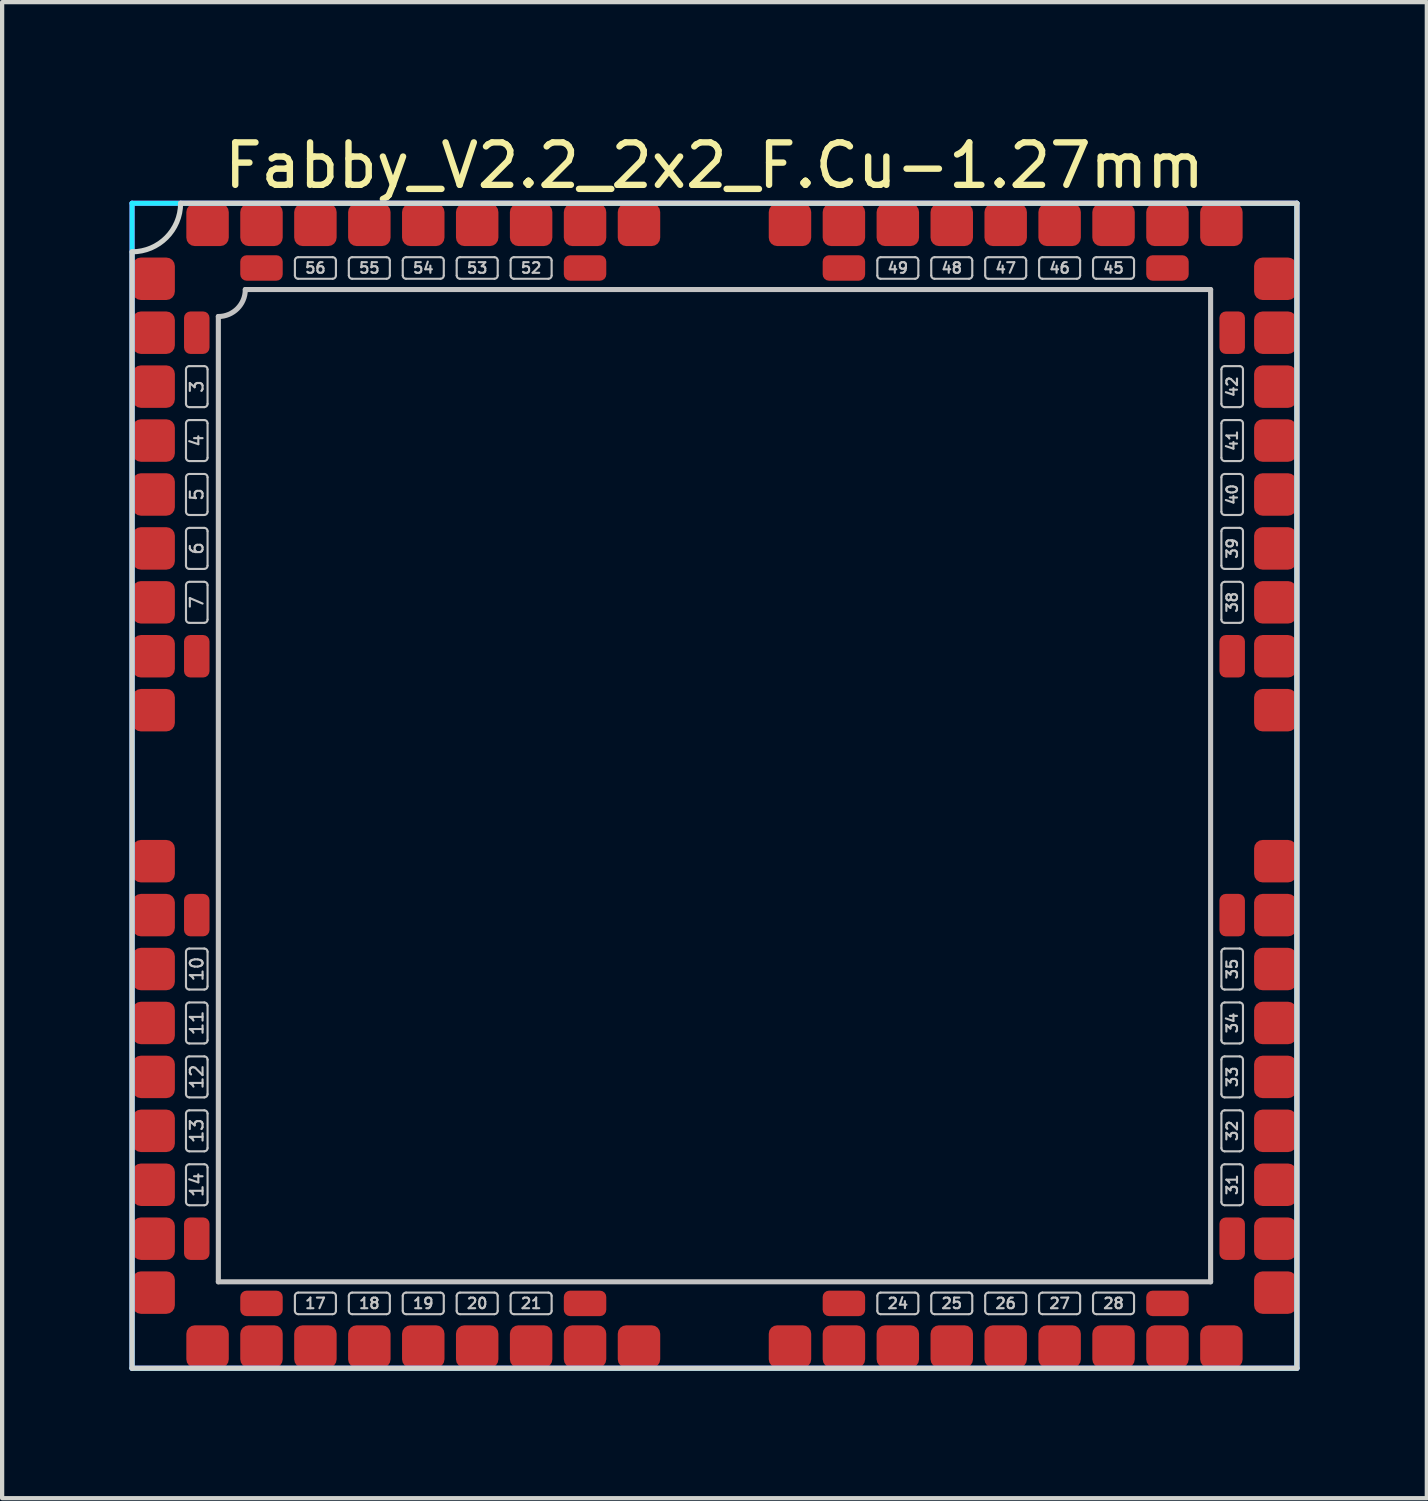
<source format=kicad_pcb>
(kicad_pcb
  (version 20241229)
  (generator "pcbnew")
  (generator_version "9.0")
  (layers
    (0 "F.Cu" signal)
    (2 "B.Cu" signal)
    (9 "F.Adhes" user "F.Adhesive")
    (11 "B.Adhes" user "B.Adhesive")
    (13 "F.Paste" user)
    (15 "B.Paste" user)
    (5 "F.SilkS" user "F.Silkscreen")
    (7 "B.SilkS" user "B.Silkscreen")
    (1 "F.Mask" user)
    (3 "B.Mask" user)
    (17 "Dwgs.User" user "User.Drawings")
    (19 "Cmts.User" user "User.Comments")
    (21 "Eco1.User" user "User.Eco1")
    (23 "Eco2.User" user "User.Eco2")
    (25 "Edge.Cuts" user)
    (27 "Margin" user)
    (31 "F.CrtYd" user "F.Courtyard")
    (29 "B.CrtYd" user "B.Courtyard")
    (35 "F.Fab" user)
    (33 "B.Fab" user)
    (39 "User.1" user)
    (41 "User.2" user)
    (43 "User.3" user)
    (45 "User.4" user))
  (footprint "Fabby_V2.2_2x2_F.Cu-1.27mm"
    (layer "F.Cu")
    (at 13.776 15.453)
    (property "Reference" "Fabby_V2.2_2x2_F.Cu-1.27mm" (at 0 -14.605 0) (layer "F.SilkS") (effects (font (size 1 1) (thickness 0.15))))
    (attr through_hole)
    (fp_line (start -12.446 -8.992) (end -12.446 -9.804) (stroke (width 0.05) (type solid)) (layer "Dwgs.User"))
    (fp_line (start -12.446 -7.722) (end -12.446 -8.534) (stroke (width 0.05) (type solid)) (layer "Dwgs.User"))
    (fp_line (start -12.446 -6.452) (end -12.446 -7.264) (stroke (width 0.05) (type solid)) (layer "Dwgs.User"))
    (fp_line (start -12.446 -5.182) (end -12.446 -5.994) (stroke (width 0.05) (type solid)) (layer "Dwgs.User"))
    (fp_line (start -12.446 -3.912) (end -12.446 -4.724) (stroke (width 0.05) (type solid)) (layer "Dwgs.User"))
    (fp_line (start -12.446 4.724) (end -12.446 3.912) (stroke (width 0.05) (type solid)) (layer "Dwgs.User"))
    (fp_line (start -12.446 5.994) (end -12.446 5.182) (stroke (width 0.05) (type solid)) (layer "Dwgs.User"))
    (fp_line (start -12.446 7.264) (end -12.446 6.452) (stroke (width 0.05) (type solid)) (layer "Dwgs.User"))
    (fp_line (start -12.446 8.534) (end -12.446 7.722) (stroke (width 0.05) (type solid)) (layer "Dwgs.User"))
    (fp_line (start -12.446 9.804) (end -12.446 8.992) (stroke (width 0.05) (type solid)) (layer "Dwgs.User"))
    (fp_line (start -12.37 -9.881) (end -12.014 -9.881) (stroke (width 0.05) (type solid)) (layer "Dwgs.User"))
    (fp_line (start -12.37 -8.915) (end -12.014 -8.915) (stroke (width 0.05) (type solid)) (layer "Dwgs.User"))
    (fp_line (start -12.37 -8.611) (end -12.014 -8.611) (stroke (width 0.05) (type solid)) (layer "Dwgs.User"))
    (fp_line (start -12.37 -7.645) (end -12.014 -7.645) (stroke (width 0.05) (type solid)) (layer "Dwgs.User"))
    (fp_line (start -12.37 -7.341) (end -12.014 -7.341) (stroke (width 0.05) (type solid)) (layer "Dwgs.User"))
    (fp_line (start -12.37 -6.375) (end -12.014 -6.375) (stroke (width 0.05) (type solid)) (layer "Dwgs.User"))
    (fp_line (start -12.37 -6.071) (end -12.014 -6.071) (stroke (width 0.05) (type solid)) (layer "Dwgs.User"))
    (fp_line (start -12.37 -5.105) (end -12.014 -5.105) (stroke (width 0.05) (type solid)) (layer "Dwgs.User"))
    (fp_line (start -12.37 -4.801) (end -12.014 -4.801) (stroke (width 0.05) (type solid)) (layer "Dwgs.User"))
    (fp_line (start -12.37 -3.835) (end -12.014 -3.835) (stroke (width 0.05) (type solid)) (layer "Dwgs.User"))
    (fp_line (start -12.37 3.835) (end -12.014 3.835) (stroke (width 0.05) (type solid)) (layer "Dwgs.User"))
    (fp_line (start -12.37 4.801) (end -12.014 4.801) (stroke (width 0.05) (type solid)) (layer "Dwgs.User"))
    (fp_line (start -12.37 5.105) (end -12.014 5.105) (stroke (width 0.05) (type solid)) (layer "Dwgs.User"))
    (fp_line (start -12.37 6.071) (end -12.014 6.071) (stroke (width 0.05) (type solid)) (layer "Dwgs.User"))
    (fp_line (start -12.37 6.375) (end -12.014 6.375) (stroke (width 0.05) (type solid)) (layer "Dwgs.User"))
    (fp_line (start -12.37 7.341) (end -12.014 7.341) (stroke (width 0.05) (type solid)) (layer "Dwgs.User"))
    (fp_line (start -12.37 7.645) (end -12.014 7.645) (stroke (width 0.05) (type solid)) (layer "Dwgs.User"))
    (fp_line (start -12.37 8.611) (end -12.014 8.611) (stroke (width 0.05) (type solid)) (layer "Dwgs.User"))
    (fp_line (start -12.37 8.915) (end -12.014 8.915) (stroke (width 0.05) (type solid)) (layer "Dwgs.User"))
    (fp_line (start -12.37 9.881) (end -12.014 9.881) (stroke (width 0.05) (type solid)) (layer "Dwgs.User"))
    (fp_line (start -11.938 -8.992) (end -11.938 -9.804) (stroke (width 0.05) (type solid)) (layer "Dwgs.User"))
    (fp_line (start -11.938 -7.722) (end -11.938 -8.534) (stroke (width 0.05) (type solid)) (layer "Dwgs.User"))
    (fp_line (start -11.938 -6.452) (end -11.938 -7.264) (stroke (width 0.05) (type solid)) (layer "Dwgs.User"))
    (fp_line (start -11.938 -5.182) (end -11.938 -5.994) (stroke (width 0.05) (type solid)) (layer "Dwgs.User"))
    (fp_line (start -11.938 -3.912) (end -11.938 -4.724) (stroke (width 0.05) (type solid)) (layer "Dwgs.User"))
    (fp_line (start -11.938 4.724) (end -11.938 3.912) (stroke (width 0.05) (type solid)) (layer "Dwgs.User"))
    (fp_line (start -11.938 5.994) (end -11.938 5.182) (stroke (width 0.05) (type solid)) (layer "Dwgs.User"))
    (fp_line (start -11.938 7.264) (end -11.938 6.452) (stroke (width 0.05) (type solid)) (layer "Dwgs.User"))
    (fp_line (start -11.938 8.534) (end -11.938 7.722) (stroke (width 0.05) (type solid)) (layer "Dwgs.User"))
    (fp_line (start -11.938 9.804) (end -11.938 8.992) (stroke (width 0.05) (type solid)) (layer "Dwgs.User"))
    (fp_line (start -11.684 11.684) (end -11.684 -11.049) (stroke (width 0.12) (type solid)) (layer "Dwgs.User"))
    (fp_line (start -11.049 -11.684) (end 11.684 -11.684) (stroke (width 0.12) (type solid)) (layer "Dwgs.User"))
    (fp_line (start -9.881 -12.014) (end -9.881 -12.37) (stroke (width 0.05) (type solid)) (layer "Dwgs.User"))
    (fp_line (start -9.881 12.37) (end -9.881 12.014) (stroke (width 0.05) (type solid)) (layer "Dwgs.User"))
    (fp_line (start -8.992 -12.446) (end -9.804 -12.446) (stroke (width 0.05) (type solid)) (layer "Dwgs.User"))
    (fp_line (start -8.992 -11.938) (end -9.804 -11.938) (stroke (width 0.05) (type solid)) (layer "Dwgs.User"))
    (fp_line (start -8.992 11.938) (end -9.804 11.938) (stroke (width 0.05) (type solid)) (layer "Dwgs.User"))
    (fp_line (start -8.992 12.446) (end -9.804 12.446) (stroke (width 0.05) (type solid)) (layer "Dwgs.User"))
    (fp_line (start -8.915 -12.014) (end -8.915 -12.37) (stroke (width 0.05) (type solid)) (layer "Dwgs.User"))
    (fp_line (start -8.915 12.37) (end -8.915 12.014) (stroke (width 0.05) (type solid)) (layer "Dwgs.User"))
    (fp_line (start -8.611 -12.014) (end -8.611 -12.37) (stroke (width 0.05) (type solid)) (layer "Dwgs.User"))
    (fp_line (start -8.611 12.37) (end -8.611 12.014) (stroke (width 0.05) (type solid)) (layer "Dwgs.User"))
    (fp_line (start -7.722 -12.446) (end -8.534 -12.446) (stroke (width 0.05) (type solid)) (layer "Dwgs.User"))
    (fp_line (start -7.722 -11.938) (end -8.534 -11.938) (stroke (width 0.05) (type solid)) (layer "Dwgs.User"))
    (fp_line (start -7.722 11.938) (end -8.534 11.938) (stroke (width 0.05) (type solid)) (layer "Dwgs.User"))
    (fp_line (start -7.722 12.446) (end -8.534 12.446) (stroke (width 0.05) (type solid)) (layer "Dwgs.User"))
    (fp_line (start -7.645 -12.014) (end -7.645 -12.37) (stroke (width 0.05) (type solid)) (layer "Dwgs.User"))
    (fp_line (start -7.645 12.37) (end -7.645 12.014) (stroke (width 0.05) (type solid)) (layer "Dwgs.User"))
    (fp_line (start -7.341 -12.014) (end -7.341 -12.37) (stroke (width 0.05) (type solid)) (layer "Dwgs.User"))
    (fp_line (start -7.341 12.37) (end -7.341 12.014) (stroke (width 0.05) (type solid)) (layer "Dwgs.User"))
    (fp_line (start -6.452 -12.446) (end -7.264 -12.446) (stroke (width 0.05) (type solid)) (layer "Dwgs.User"))
    (fp_line (start -6.452 -11.938) (end -7.264 -11.938) (stroke (width 0.05) (type solid)) (layer "Dwgs.User"))
    (fp_line (start -6.452 11.938) (end -7.264 11.938) (stroke (width 0.05) (type solid)) (layer "Dwgs.User"))
    (fp_line (start -6.452 12.446) (end -7.264 12.446) (stroke (width 0.05) (type solid)) (layer "Dwgs.User"))
    (fp_line (start -6.375 -12.014) (end -6.375 -12.37) (stroke (width 0.05) (type solid)) (layer "Dwgs.User"))
    (fp_line (start -6.375 12.37) (end -6.375 12.014) (stroke (width 0.05) (type solid)) (layer "Dwgs.User"))
    (fp_line (start -6.071 -12.014) (end -6.071 -12.37) (stroke (width 0.05) (type solid)) (layer "Dwgs.User"))
    (fp_line (start -6.071 12.37) (end -6.071 12.014) (stroke (width 0.05) (type solid)) (layer "Dwgs.User"))
    (fp_line (start -5.182 -12.446) (end -5.994 -12.446) (stroke (width 0.05) (type solid)) (layer "Dwgs.User"))
    (fp_line (start -5.182 -11.938) (end -5.994 -11.938) (stroke (width 0.05) (type solid)) (layer "Dwgs.User"))
    (fp_line (start -5.182 11.938) (end -5.994 11.938) (stroke (width 0.05) (type solid)) (layer "Dwgs.User"))
    (fp_line (start -5.182 12.446) (end -5.994 12.446) (stroke (width 0.05) (type solid)) (layer "Dwgs.User"))
    (fp_line (start -5.105 -12.014) (end -5.105 -12.37) (stroke (width 0.05) (type solid)) (layer "Dwgs.User"))
    (fp_line (start -5.105 12.37) (end -5.105 12.014) (stroke (width 0.05) (type solid)) (layer "Dwgs.User"))
    (fp_line (start -4.801 -12.014) (end -4.801 -12.37) (stroke (width 0.05) (type solid)) (layer "Dwgs.User"))
    (fp_line (start -4.801 12.37) (end -4.801 12.014) (stroke (width 0.05) (type solid)) (layer "Dwgs.User"))
    (fp_line (start -3.912 -12.446) (end -4.724 -12.446) (stroke (width 0.05) (type solid)) (layer "Dwgs.User"))
    (fp_line (start -3.912 -11.938) (end -4.724 -11.938) (stroke (width 0.05) (type solid)) (layer "Dwgs.User"))
    (fp_line (start -3.912 11.938) (end -4.724 11.938) (stroke (width 0.05) (type solid)) (layer "Dwgs.User"))
    (fp_line (start -3.912 12.446) (end -4.724 12.446) (stroke (width 0.05) (type solid)) (layer "Dwgs.User"))
    (fp_line (start -3.835 -12.014) (end -3.835 -12.37) (stroke (width 0.05) (type solid)) (layer "Dwgs.User"))
    (fp_line (start -3.835 12.37) (end -3.835 12.014) (stroke (width 0.05) (type solid)) (layer "Dwgs.User"))
    (fp_line (start 3.835 -12.014) (end 3.835 -12.37) (stroke (width 0.05) (type solid)) (layer "Dwgs.User"))
    (fp_line (start 3.835 12.37) (end 3.835 12.014) (stroke (width 0.05) (type solid)) (layer "Dwgs.User"))
    (fp_line (start 4.724 -12.446) (end 3.912 -12.446) (stroke (width 0.05) (type solid)) (layer "Dwgs.User"))
    (fp_line (start 4.724 -11.938) (end 3.912 -11.938) (stroke (width 0.05) (type solid)) (layer "Dwgs.User"))
    (fp_line (start 4.724 11.938) (end 3.912 11.938) (stroke (width 0.05) (type solid)) (layer "Dwgs.User"))
    (fp_line (start 4.724 12.446) (end 3.912 12.446) (stroke (width 0.05) (type solid)) (layer "Dwgs.User"))
    (fp_line (start 4.801 -12.014) (end 4.801 -12.37) (stroke (width 0.05) (type solid)) (layer "Dwgs.User"))
    (fp_line (start 4.801 12.37) (end 4.801 12.014) (stroke (width 0.05) (type solid)) (layer "Dwgs.User"))
    (fp_line (start 5.105 -12.014) (end 5.105 -12.37) (stroke (width 0.05) (type solid)) (layer "Dwgs.User"))
    (fp_line (start 5.105 12.37) (end 5.105 12.014) (stroke (width 0.05) (type solid)) (layer "Dwgs.User"))
    (fp_line (start 5.994 -12.446) (end 5.182 -12.446) (stroke (width 0.05) (type solid)) (layer "Dwgs.User"))
    (fp_line (start 5.994 -11.938) (end 5.182 -11.938) (stroke (width 0.05) (type solid)) (layer "Dwgs.User"))
    (fp_line (start 5.994 11.938) (end 5.182 11.938) (stroke (width 0.05) (type solid)) (layer "Dwgs.User"))
    (fp_line (start 5.994 12.446) (end 5.182 12.446) (stroke (width 0.05) (type solid)) (layer "Dwgs.User"))
    (fp_line (start 6.071 -12.014) (end 6.071 -12.37) (stroke (width 0.05) (type solid)) (layer "Dwgs.User"))
    (fp_line (start 6.071 12.37) (end 6.071 12.014) (stroke (width 0.05) (type solid)) (layer "Dwgs.User"))
    (fp_line (start 6.375 -12.014) (end 6.375 -12.37) (stroke (width 0.05) (type solid)) (layer "Dwgs.User"))
    (fp_line (start 6.375 12.37) (end 6.375 12.014) (stroke (width 0.05) (type solid)) (layer "Dwgs.User"))
    (fp_line (start 7.264 -12.446) (end 6.452 -12.446) (stroke (width 0.05) (type solid)) (layer "Dwgs.User"))
    (fp_line (start 7.264 -11.938) (end 6.452 -11.938) (stroke (width 0.05) (type solid)) (layer "Dwgs.User"))
    (fp_line (start 7.264 11.938) (end 6.452 11.938) (stroke (width 0.05) (type solid)) (layer "Dwgs.User"))
    (fp_line (start 7.264 12.446) (end 6.452 12.446) (stroke (width 0.05) (type solid)) (layer "Dwgs.User"))
    (fp_line (start 7.341 -12.014) (end 7.341 -12.37) (stroke (width 0.05) (type solid)) (layer "Dwgs.User"))
    (fp_line (start 7.341 12.37) (end 7.341 12.014) (stroke (width 0.05) (type solid)) (layer "Dwgs.User"))
    (fp_line (start 7.645 -12.014) (end 7.645 -12.37) (stroke (width 0.05) (type solid)) (layer "Dwgs.User"))
    (fp_line (start 7.645 12.37) (end 7.645 12.014) (stroke (width 0.05) (type solid)) (layer "Dwgs.User"))
    (fp_line (start 8.534 -12.446) (end 7.722 -12.446) (stroke (width 0.05) (type solid)) (layer "Dwgs.User"))
    (fp_line (start 8.534 -11.938) (end 7.722 -11.938) (stroke (width 0.05) (type solid)) (layer "Dwgs.User"))
    (fp_line (start 8.534 11.938) (end 7.722 11.938) (stroke (width 0.05) (type solid)) (layer "Dwgs.User"))
    (fp_line (start 8.534 12.446) (end 7.722 12.446) (stroke (width 0.05) (type solid)) (layer "Dwgs.User"))
    (fp_line (start 8.611 -12.014) (end 8.611 -12.37) (stroke (width 0.05) (type solid)) (layer "Dwgs.User"))
    (fp_line (start 8.611 12.37) (end 8.611 12.014) (stroke (width 0.05) (type solid)) (layer "Dwgs.User"))
    (fp_line (start 8.915 -12.014) (end 8.915 -12.37) (stroke (width 0.05) (type solid)) (layer "Dwgs.User"))
    (fp_line (start 8.915 12.37) (end 8.915 12.014) (stroke (width 0.05) (type solid)) (layer "Dwgs.User"))
    (fp_line (start 9.804 -12.446) (end 8.992 -12.446) (stroke (width 0.05) (type solid)) (layer "Dwgs.User"))
    (fp_line (start 9.804 -11.938) (end 8.992 -11.938) (stroke (width 0.05) (type solid)) (layer "Dwgs.User"))
    (fp_line (start 9.804 11.938) (end 8.992 11.938) (stroke (width 0.05) (type solid)) (layer "Dwgs.User"))
    (fp_line (start 9.804 12.446) (end 8.992 12.446) (stroke (width 0.05) (type solid)) (layer "Dwgs.User"))
    (fp_line (start 9.881 -12.014) (end 9.881 -12.37) (stroke (width 0.05) (type solid)) (layer "Dwgs.User"))
    (fp_line (start 9.881 12.37) (end 9.881 12.014) (stroke (width 0.05) (type solid)) (layer "Dwgs.User"))
    (fp_line (start 11.684 -11.684) (end 11.684 11.684) (stroke (width 0.12) (type solid)) (layer "Dwgs.User"))
    (fp_line (start 11.684 11.684) (end -11.684 11.684) (stroke (width 0.12) (type solid)) (layer "Dwgs.User"))
    (fp_line (start 11.938 -8.992) (end 11.938 -9.804) (stroke (width 0.05) (type solid)) (layer "Dwgs.User"))
    (fp_line (start 11.938 -7.722) (end 11.938 -8.534) (stroke (width 0.05) (type solid)) (layer "Dwgs.User"))
    (fp_line (start 11.938 -6.452) (end 11.938 -7.264) (stroke (width 0.05) (type solid)) (layer "Dwgs.User"))
    (fp_line (start 11.938 -5.182) (end 11.938 -5.994) (stroke (width 0.05) (type solid)) (layer "Dwgs.User"))
    (fp_line (start 11.938 -3.912) (end 11.938 -4.724) (stroke (width 0.05) (type solid)) (layer "Dwgs.User"))
    (fp_line (start 11.938 4.724) (end 11.938 3.912) (stroke (width 0.05) (type solid)) (layer "Dwgs.User"))
    (fp_line (start 11.938 5.994) (end 11.938 5.182) (stroke (width 0.05) (type solid)) (layer "Dwgs.User"))
    (fp_line (start 11.938 7.264) (end 11.938 6.452) (stroke (width 0.05) (type solid)) (layer "Dwgs.User"))
    (fp_line (start 11.938 8.534) (end 11.938 7.722) (stroke (width 0.05) (type solid)) (layer "Dwgs.User"))
    (fp_line (start 11.938 9.804) (end 11.938 8.992) (stroke (width 0.05) (type solid)) (layer "Dwgs.User"))
    (fp_line (start 12.014 -9.881) (end 12.37 -9.881) (stroke (width 0.05) (type solid)) (layer "Dwgs.User"))
    (fp_line (start 12.014 -8.915) (end 12.37 -8.915) (stroke (width 0.05) (type solid)) (layer "Dwgs.User"))
    (fp_line (start 12.014 -8.611) (end 12.37 -8.611) (stroke (width 0.05) (type solid)) (layer "Dwgs.User"))
    (fp_line (start 12.014 -7.645) (end 12.37 -7.645) (stroke (width 0.05) (type solid)) (layer "Dwgs.User"))
    (fp_line (start 12.014 -7.341) (end 12.37 -7.341) (stroke (width 0.05) (type solid)) (layer "Dwgs.User"))
    (fp_line (start 12.014 -6.375) (end 12.37 -6.375) (stroke (width 0.05) (type solid)) (layer "Dwgs.User"))
    (fp_line (start 12.014 -6.071) (end 12.37 -6.071) (stroke (width 0.05) (type solid)) (layer "Dwgs.User"))
    (fp_line (start 12.014 -5.105) (end 12.37 -5.105) (stroke (width 0.05) (type solid)) (layer "Dwgs.User"))
    (fp_line (start 12.014 -4.801) (end 12.37 -4.801) (stroke (width 0.05) (type solid)) (layer "Dwgs.User"))
    (fp_line (start 12.014 -3.835) (end 12.37 -3.835) (stroke (width 0.05) (type solid)) (layer "Dwgs.User"))
    (fp_line (start 12.014 3.835) (end 12.37 3.835) (stroke (width 0.05) (type solid)) (layer "Dwgs.User"))
    (fp_line (start 12.014 4.801) (end 12.37 4.801) (stroke (width 0.05) (type solid)) (layer "Dwgs.User"))
    (fp_line (start 12.014 5.105) (end 12.37 5.105) (stroke (width 0.05) (type solid)) (layer "Dwgs.User"))
    (fp_line (start 12.014 6.071) (end 12.37 6.071) (stroke (width 0.05) (type solid)) (layer "Dwgs.User"))
    (fp_line (start 12.014 6.375) (end 12.37 6.375) (stroke (width 0.05) (type solid)) (layer "Dwgs.User"))
    (fp_line (start 12.014 7.341) (end 12.37 7.341) (stroke (width 0.05) (type solid)) (layer "Dwgs.User"))
    (fp_line (start 12.014 7.645) (end 12.37 7.645) (stroke (width 0.05) (type solid)) (layer "Dwgs.User"))
    (fp_line (start 12.014 8.611) (end 12.37 8.611) (stroke (width 0.05) (type solid)) (layer "Dwgs.User"))
    (fp_line (start 12.014 8.915) (end 12.37 8.915) (stroke (width 0.05) (type solid)) (layer "Dwgs.User"))
    (fp_line (start 12.014 9.881) (end 12.37 9.881) (stroke (width 0.05) (type solid)) (layer "Dwgs.User"))
    (fp_line (start 12.446 -8.992) (end 12.446 -9.804) (stroke (width 0.05) (type solid)) (layer "Dwgs.User"))
    (fp_line (start 12.446 -7.722) (end 12.446 -8.534) (stroke (width 0.05) (type solid)) (layer "Dwgs.User"))
    (fp_line (start 12.446 -6.452) (end 12.446 -7.264) (stroke (width 0.05) (type solid)) (layer "Dwgs.User"))
    (fp_line (start 12.446 -5.182) (end 12.446 -5.994) (stroke (width 0.05) (type solid)) (layer "Dwgs.User"))
    (fp_line (start 12.446 -3.912) (end 12.446 -4.724) (stroke (width 0.05) (type solid)) (layer "Dwgs.User"))
    (fp_line (start 12.446 4.724) (end 12.446 3.912) (stroke (width 0.05) (type solid)) (layer "Dwgs.User"))
    (fp_line (start 12.446 5.994) (end 12.446 5.182) (stroke (width 0.05) (type solid)) (layer "Dwgs.User"))
    (fp_line (start 12.446 7.264) (end 12.446 6.452) (stroke (width 0.05) (type solid)) (layer "Dwgs.User"))
    (fp_line (start 12.446 8.534) (end 12.446 7.722) (stroke (width 0.05) (type solid)) (layer "Dwgs.User"))
    (fp_line (start 12.446 9.804) (end 12.446 8.992) (stroke (width 0.05) (type solid)) (layer "Dwgs.User"))
    (fp_arc (start -12.446 -9.8044) (mid -12.423682 -9.858282) (end -12.3698 -9.8806) (stroke (width 0.05) (type solid)) (layer "Dwgs.User"))
    (fp_arc (start -12.446 -8.5344) (mid -12.423682 -8.588282) (end -12.3698 -8.6106) (stroke (width 0.05) (type solid)) (layer "Dwgs.User"))
    (fp_arc (start -12.446 -7.2644) (mid -12.423682 -7.318282) (end -12.3698 -7.3406) (stroke (width 0.05) (type solid)) (layer "Dwgs.User"))
    (fp_arc (start -12.446 -5.9944) (mid -12.423682 -6.048282) (end -12.3698 -6.0706) (stroke (width 0.05) (type solid)) (layer "Dwgs.User"))
    (fp_arc (start -12.446 -4.7244) (mid -12.423682 -4.778282) (end -12.3698 -4.8006) (stroke (width 0.05) (type solid)) (layer "Dwgs.User"))
    (fp_arc (start -12.446 3.9116) (mid -12.423682 3.857718) (end -12.3698 3.8354) (stroke (width 0.05) (type solid)) (layer "Dwgs.User"))
    (fp_arc (start -12.446 5.1816) (mid -12.423682 5.127718) (end -12.3698 5.1054) (stroke (width 0.05) (type solid)) (layer "Dwgs.User"))
    (fp_arc (start -12.446 6.4516) (mid -12.423682 6.397718) (end -12.3698 6.3754) (stroke (width 0.05) (type solid)) (layer "Dwgs.User"))
    (fp_arc (start -12.446 7.7216) (mid -12.423682 7.667718) (end -12.3698 7.6454) (stroke (width 0.05) (type solid)) (layer "Dwgs.User"))
    (fp_arc (start -12.446 8.9916) (mid -12.423682 8.937718) (end -12.3698 8.9154) (stroke (width 0.05) (type solid)) (layer "Dwgs.User"))
    (fp_arc (start -12.3698 -8.9154) (mid -12.423682 -8.937718) (end -12.446 -8.9916) (stroke (width 0.05) (type solid)) (layer "Dwgs.User"))
    (fp_arc (start -12.3698 -7.6454) (mid -12.423682 -7.667718) (end -12.446 -7.7216) (stroke (width 0.05) (type solid)) (layer "Dwgs.User"))
    (fp_arc (start -12.3698 -6.3754) (mid -12.423682 -6.397718) (end -12.446 -6.4516) (stroke (width 0.05) (type solid)) (layer "Dwgs.User"))
    (fp_arc (start -12.3698 -5.1054) (mid -12.423682 -5.127718) (end -12.446 -5.1816) (stroke (width 0.05) (type solid)) (layer "Dwgs.User"))
    (fp_arc (start -12.3698 -3.8354) (mid -12.423682 -3.857718) (end -12.446 -3.9116) (stroke (width 0.05) (type solid)) (layer "Dwgs.User"))
    (fp_arc (start -12.3698 4.8006) (mid -12.423682 4.778282) (end -12.446 4.7244) (stroke (width 0.05) (type solid)) (layer "Dwgs.User"))
    (fp_arc (start -12.3698 6.0706) (mid -12.423682 6.048282) (end -12.446 5.9944) (stroke (width 0.05) (type solid)) (layer "Dwgs.User"))
    (fp_arc (start -12.3698 7.3406) (mid -12.423682 7.318282) (end -12.446 7.2644) (stroke (width 0.05) (type solid)) (layer "Dwgs.User"))
    (fp_arc (start -12.3698 8.6106) (mid -12.423682 8.588282) (end -12.446 8.5344) (stroke (width 0.05) (type solid)) (layer "Dwgs.User"))
    (fp_arc (start -12.3698 9.8806) (mid -12.423682 9.858282) (end -12.446 9.8044) (stroke (width 0.05) (type solid)) (layer "Dwgs.User"))
    (fp_arc (start -12.0142 -9.8806) (mid -11.960318 -9.858282) (end -11.938 -9.8044) (stroke (width 0.05) (type solid)) (layer "Dwgs.User"))
    (fp_arc (start -12.0142 -8.6106) (mid -11.960318 -8.588282) (end -11.938 -8.5344) (stroke (width 0.05) (type solid)) (layer "Dwgs.User"))
    (fp_arc (start -12.0142 -7.3406) (mid -11.960318 -7.318282) (end -11.938 -7.2644) (stroke (width 0.05) (type solid)) (layer "Dwgs.User"))
    (fp_arc (start -12.0142 -6.0706) (mid -11.960318 -6.048282) (end -11.938 -5.9944) (stroke (width 0.05) (type solid)) (layer "Dwgs.User"))
    (fp_arc (start -12.0142 -4.8006) (mid -11.960318 -4.778282) (end -11.938 -4.7244) (stroke (width 0.05) (type solid)) (layer "Dwgs.User"))
    (fp_arc (start -12.0142 3.8354) (mid -11.960318 3.857718) (end -11.938 3.9116) (stroke (width 0.05) (type solid)) (layer "Dwgs.User"))
    (fp_arc (start -12.0142 5.1054) (mid -11.960318 5.127718) (end -11.938 5.1816) (stroke (width 0.05) (type solid)) (layer "Dwgs.User"))
    (fp_arc (start -12.0142 6.3754) (mid -11.960318 6.397718) (end -11.938 6.4516) (stroke (width 0.05) (type solid)) (layer "Dwgs.User"))
    (fp_arc (start -12.0142 7.6454) (mid -11.960318 7.667718) (end -11.938 7.7216) (stroke (width 0.05) (type solid)) (layer "Dwgs.User"))
    (fp_arc (start -12.0142 8.9154) (mid -11.960318 8.937718) (end -11.938 8.9916) (stroke (width 0.05) (type solid)) (layer "Dwgs.User"))
    (fp_arc (start -11.938 -8.9916) (mid -11.960318 -8.937718) (end -12.0142 -8.9154) (stroke (width 0.05) (type solid)) (layer "Dwgs.User"))
    (fp_arc (start -11.938 -7.7216) (mid -11.960318 -7.667718) (end -12.0142 -7.6454) (stroke (width 0.05) (type solid)) (layer "Dwgs.User"))
    (fp_arc (start -11.938 -6.4516) (mid -11.960318 -6.397718) (end -12.0142 -6.3754) (stroke (width 0.05) (type solid)) (layer "Dwgs.User"))
    (fp_arc (start -11.938 -5.1816) (mid -11.960318 -5.127718) (end -12.0142 -5.1054) (stroke (width 0.05) (type solid)) (layer "Dwgs.User"))
    (fp_arc (start -11.938 -3.9116) (mid -11.960318 -3.857718) (end -12.0142 -3.8354) (stroke (width 0.05) (type solid)) (layer "Dwgs.User"))
    (fp_arc (start -11.938 4.7244) (mid -11.960318 4.778282) (end -12.0142 4.8006) (stroke (width 0.05) (type solid)) (layer "Dwgs.User"))
    (fp_arc (start -11.938 5.9944) (mid -11.960318 6.048282) (end -12.0142 6.0706) (stroke (width 0.05) (type solid)) (layer "Dwgs.User"))
    (fp_arc (start -11.938 7.2644) (mid -11.960318 7.318282) (end -12.0142 7.3406) (stroke (width 0.05) (type solid)) (layer "Dwgs.User"))
    (fp_arc (start -11.938 8.5344) (mid -11.960318 8.588282) (end -12.0142 8.6106) (stroke (width 0.05) (type solid)) (layer "Dwgs.User"))
    (fp_arc (start -11.938 9.8044) (mid -11.960318 9.858282) (end -12.0142 9.8806) (stroke (width 0.05) (type solid)) (layer "Dwgs.User"))
    (fp_arc (start -11.049 -11.684) (mid -11.234987 -11.234987) (end -11.684 -11.049) (stroke (width 0.12) (type solid)) (layer "Dwgs.User"))
    (fp_arc (start -9.8806 -12.3698) (mid -9.858282 -12.423682) (end -9.8044 -12.446) (stroke (width 0.05) (type solid)) (layer "Dwgs.User"))
    (fp_arc (start -9.8806 12.0142) (mid -9.858282 11.960318) (end -9.8044 11.938) (stroke (width 0.05) (type solid)) (layer "Dwgs.User"))
    (fp_arc (start -9.8044 -11.938) (mid -9.858282 -11.960318) (end -9.8806 -12.0142) (stroke (width 0.05) (type solid)) (layer "Dwgs.User"))
    (fp_arc (start -9.8044 12.446) (mid -9.858282 12.423682) (end -9.8806 12.3698) (stroke (width 0.05) (type solid)) (layer "Dwgs.User"))
    (fp_arc (start -8.9916 -12.446) (mid -8.937718 -12.423682) (end -8.9154 -12.3698) (stroke (width 0.05) (type solid)) (layer "Dwgs.User"))
    (fp_arc (start -8.9916 11.938) (mid -8.937718 11.960318) (end -8.9154 12.0142) (stroke (width 0.05) (type solid)) (layer "Dwgs.User"))
    (fp_arc (start -8.9154 -12.0142) (mid -8.937718 -11.960318) (end -8.9916 -11.938) (stroke (width 0.05) (type solid)) (layer "Dwgs.User"))
    (fp_arc (start -8.9154 12.3698) (mid -8.937718 12.423682) (end -8.9916 12.446) (stroke (width 0.05) (type solid)) (layer "Dwgs.User"))
    (fp_arc (start -8.6106 -12.3698) (mid -8.588282 -12.423682) (end -8.5344 -12.446) (stroke (width 0.05) (type solid)) (layer "Dwgs.User"))
    (fp_arc (start -8.6106 12.0142) (mid -8.588282 11.960318) (end -8.5344 11.938) (stroke (width 0.05) (type solid)) (layer "Dwgs.User"))
    (fp_arc (start -8.5344 -11.938) (mid -8.588282 -11.960318) (end -8.6106 -12.0142) (stroke (width 0.05) (type solid)) (layer "Dwgs.User"))
    (fp_arc (start -8.5344 12.446) (mid -8.588282 12.423682) (end -8.6106 12.3698) (stroke (width 0.05) (type solid)) (layer "Dwgs.User"))
    (fp_arc (start -7.7216 -12.446) (mid -7.667718 -12.423682) (end -7.6454 -12.3698) (stroke (width 0.05) (type solid)) (layer "Dwgs.User"))
    (fp_arc (start -7.7216 11.938) (mid -7.667718 11.960318) (end -7.6454 12.0142) (stroke (width 0.05) (type solid)) (layer "Dwgs.User"))
    (fp_arc (start -7.6454 -12.0142) (mid -7.667718 -11.960318) (end -7.7216 -11.938) (stroke (width 0.05) (type solid)) (layer "Dwgs.User"))
    (fp_arc (start -7.6454 12.3698) (mid -7.667718 12.423682) (end -7.7216 12.446) (stroke (width 0.05) (type solid)) (layer "Dwgs.User"))
    (fp_arc (start -7.3406 -12.3698) (mid -7.318282 -12.423682) (end -7.2644 -12.446) (stroke (width 0.05) (type solid)) (layer "Dwgs.User"))
    (fp_arc (start -7.3406 12.0142) (mid -7.318282 11.960318) (end -7.2644 11.938) (stroke (width 0.05) (type solid)) (layer "Dwgs.User"))
    (fp_arc (start -7.2644 -11.938) (mid -7.318282 -11.960318) (end -7.3406 -12.0142) (stroke (width 0.05) (type solid)) (layer "Dwgs.User"))
    (fp_arc (start -7.2644 12.446) (mid -7.318282 12.423682) (end -7.3406 12.3698) (stroke (width 0.05) (type solid)) (layer "Dwgs.User"))
    (fp_arc (start -6.4516 -12.446) (mid -6.397718 -12.423682) (end -6.3754 -12.3698) (stroke (width 0.05) (type solid)) (layer "Dwgs.User"))
    (fp_arc (start -6.4516 11.938) (mid -6.397718 11.960318) (end -6.3754 12.0142) (stroke (width 0.05) (type solid)) (layer "Dwgs.User"))
    (fp_arc (start -6.3754 -12.0142) (mid -6.397718 -11.960318) (end -6.4516 -11.938) (stroke (width 0.05) (type solid)) (layer "Dwgs.User"))
    (fp_arc (start -6.3754 12.3698) (mid -6.397718 12.423682) (end -6.4516 12.446) (stroke (width 0.05) (type solid)) (layer "Dwgs.User"))
    (fp_arc (start -6.0706 -12.3698) (mid -6.048282 -12.423682) (end -5.9944 -12.446) (stroke (width 0.05) (type solid)) (layer "Dwgs.User"))
    (fp_arc (start -6.0706 12.0142) (mid -6.048282 11.960318) (end -5.9944 11.938) (stroke (width 0.05) (type solid)) (layer "Dwgs.User"))
    (fp_arc (start -5.9944 -11.938) (mid -6.048282 -11.960318) (end -6.0706 -12.0142) (stroke (width 0.05) (type solid)) (layer "Dwgs.User"))
    (fp_arc (start -5.9944 12.446) (mid -6.048282 12.423682) (end -6.0706 12.3698) (stroke (width 0.05) (type solid)) (layer "Dwgs.User"))
    (fp_arc (start -5.1816 -12.446) (mid -5.127718 -12.423682) (end -5.1054 -12.3698) (stroke (width 0.05) (type solid)) (layer "Dwgs.User"))
    (fp_arc (start -5.1816 11.938) (mid -5.127718 11.960318) (end -5.1054 12.0142) (stroke (width 0.05) (type solid)) (layer "Dwgs.User"))
    (fp_arc (start -5.1054 -12.0142) (mid -5.127718 -11.960318) (end -5.1816 -11.938) (stroke (width 0.05) (type solid)) (layer "Dwgs.User"))
    (fp_arc (start -5.1054 12.3698) (mid -5.127718 12.423682) (end -5.1816 12.446) (stroke (width 0.05) (type solid)) (layer "Dwgs.User"))
    (fp_arc (start -4.8006 -12.3698) (mid -4.778282 -12.423682) (end -4.7244 -12.446) (stroke (width 0.05) (type solid)) (layer "Dwgs.User"))
    (fp_arc (start -4.8006 12.0142) (mid -4.778282 11.960318) (end -4.7244 11.938) (stroke (width 0.05) (type solid)) (layer "Dwgs.User"))
    (fp_arc (start -4.7244 -11.938) (mid -4.778282 -11.960318) (end -4.8006 -12.0142) (stroke (width 0.05) (type solid)) (layer "Dwgs.User"))
    (fp_arc (start -4.7244 12.446) (mid -4.778282 12.423682) (end -4.8006 12.3698) (stroke (width 0.05) (type solid)) (layer "Dwgs.User"))
    (fp_arc (start -3.9116 -12.446) (mid -3.857718 -12.423682) (end -3.8354 -12.3698) (stroke (width 0.05) (type solid)) (layer "Dwgs.User"))
    (fp_arc (start -3.9116 11.938) (mid -3.857718 11.960318) (end -3.8354 12.0142) (stroke (width 0.05) (type solid)) (layer "Dwgs.User"))
    (fp_arc (start -3.8354 -12.0142) (mid -3.857718 -11.960318) (end -3.9116 -11.938) (stroke (width 0.05) (type solid)) (layer "Dwgs.User"))
    (fp_arc (start -3.8354 12.3698) (mid -3.857718 12.423682) (end -3.9116 12.446) (stroke (width 0.05) (type solid)) (layer "Dwgs.User"))
    (fp_arc (start 3.8354 -12.3698) (mid 3.857718 -12.423682) (end 3.9116 -12.446) (stroke (width 0.05) (type solid)) (layer "Dwgs.User"))
    (fp_arc (start 3.8354 12.0142) (mid 3.857718 11.960318) (end 3.9116 11.938) (stroke (width 0.05) (type solid)) (layer "Dwgs.User"))
    (fp_arc (start 3.9116 -11.938) (mid 3.857718 -11.960318) (end 3.8354 -12.0142) (stroke (width 0.05) (type solid)) (layer "Dwgs.User"))
    (fp_arc (start 3.9116 12.446) (mid 3.857718 12.423682) (end 3.8354 12.3698) (stroke (width 0.05) (type solid)) (layer "Dwgs.User"))
    (fp_arc (start 4.7244 -12.446) (mid 4.778282 -12.423682) (end 4.8006 -12.3698) (stroke (width 0.05) (type solid)) (layer "Dwgs.User"))
    (fp_arc (start 4.7244 11.938) (mid 4.778282 11.960318) (end 4.8006 12.0142) (stroke (width 0.05) (type solid)) (layer "Dwgs.User"))
    (fp_arc (start 4.8006 -12.0142) (mid 4.778282 -11.960318) (end 4.7244 -11.938) (stroke (width 0.05) (type solid)) (layer "Dwgs.User"))
    (fp_arc (start 4.8006 12.3698) (mid 4.778282 12.423682) (end 4.7244 12.446) (stroke (width 0.05) (type solid)) (layer "Dwgs.User"))
    (fp_arc (start 5.1054 -12.3698) (mid 5.127718 -12.423682) (end 5.1816 -12.446) (stroke (width 0.05) (type solid)) (layer "Dwgs.User"))
    (fp_arc (start 5.1054 12.0142) (mid 5.127718 11.960318) (end 5.1816 11.938) (stroke (width 0.05) (type solid)) (layer "Dwgs.User"))
    (fp_arc (start 5.1816 -11.938) (mid 5.127718 -11.960318) (end 5.1054 -12.0142) (stroke (width 0.05) (type solid)) (layer "Dwgs.User"))
    (fp_arc (start 5.1816 12.446) (mid 5.127718 12.423682) (end 5.1054 12.3698) (stroke (width 0.05) (type solid)) (layer "Dwgs.User"))
    (fp_arc (start 5.9944 -12.446) (mid 6.048282 -12.423682) (end 6.0706 -12.3698) (stroke (width 0.05) (type solid)) (layer "Dwgs.User"))
    (fp_arc (start 5.9944 11.938) (mid 6.048282 11.960318) (end 6.0706 12.0142) (stroke (width 0.05) (type solid)) (layer "Dwgs.User"))
    (fp_arc (start 6.0706 -12.0142) (mid 6.048282 -11.960318) (end 5.9944 -11.938) (stroke (width 0.05) (type solid)) (layer "Dwgs.User"))
    (fp_arc (start 6.0706 12.3698) (mid 6.048282 12.423682) (end 5.9944 12.446) (stroke (width 0.05) (type solid)) (layer "Dwgs.User"))
    (fp_arc (start 6.3754 -12.3698) (mid 6.397718 -12.423682) (end 6.4516 -12.446) (stroke (width 0.05) (type solid)) (layer "Dwgs.User"))
    (fp_arc (start 6.3754 12.0142) (mid 6.397718 11.960318) (end 6.4516 11.938) (stroke (width 0.05) (type solid)) (layer "Dwgs.User"))
    (fp_arc (start 6.4516 -11.938) (mid 6.397718 -11.960318) (end 6.3754 -12.0142) (stroke (width 0.05) (type solid)) (layer "Dwgs.User"))
    (fp_arc (start 6.4516 12.446) (mid 6.397718 12.423682) (end 6.3754 12.3698) (stroke (width 0.05) (type solid)) (layer "Dwgs.User"))
    (fp_arc (start 7.2644 -12.446) (mid 7.318282 -12.423682) (end 7.3406 -12.3698) (stroke (width 0.05) (type solid)) (layer "Dwgs.User"))
    (fp_arc (start 7.2644 11.938) (mid 7.318282 11.960318) (end 7.3406 12.0142) (stroke (width 0.05) (type solid)) (layer "Dwgs.User"))
    (fp_arc (start 7.3406 -12.0142) (mid 7.318282 -11.960318) (end 7.2644 -11.938) (stroke (width 0.05) (type solid)) (layer "Dwgs.User"))
    (fp_arc (start 7.3406 12.3698) (mid 7.318282 12.423682) (end 7.2644 12.446) (stroke (width 0.05) (type solid)) (layer "Dwgs.User"))
    (fp_arc (start 7.6454 -12.3698) (mid 7.667718 -12.423682) (end 7.7216 -12.446) (stroke (width 0.05) (type solid)) (layer "Dwgs.User"))
    (fp_arc (start 7.6454 12.0142) (mid 7.667718 11.960318) (end 7.7216 11.938) (stroke (width 0.05) (type solid)) (layer "Dwgs.User"))
    (fp_arc (start 7.7216 -11.938) (mid 7.667718 -11.960318) (end 7.6454 -12.0142) (stroke (width 0.05) (type solid)) (layer "Dwgs.User"))
    (fp_arc (start 7.7216 12.446) (mid 7.667718 12.423682) (end 7.6454 12.3698) (stroke (width 0.05) (type solid)) (layer "Dwgs.User"))
    (fp_arc (start 8.5344 -12.446) (mid 8.588282 -12.423682) (end 8.6106 -12.3698) (stroke (width 0.05) (type solid)) (layer "Dwgs.User"))
    (fp_arc (start 8.5344 11.938) (mid 8.588282 11.960318) (end 8.6106 12.0142) (stroke (width 0.05) (type solid)) (layer "Dwgs.User"))
    (fp_arc (start 8.6106 -12.0142) (mid 8.588282 -11.960318) (end 8.5344 -11.938) (stroke (width 0.05) (type solid)) (layer "Dwgs.User"))
    (fp_arc (start 8.6106 12.3698) (mid 8.588282 12.423682) (end 8.5344 12.446) (stroke (width 0.05) (type solid)) (layer "Dwgs.User"))
    (fp_arc (start 8.9154 -12.3698) (mid 8.937718 -12.423682) (end 8.9916 -12.446) (stroke (width 0.05) (type solid)) (layer "Dwgs.User"))
    (fp_arc (start 8.9154 12.0142) (mid 8.937718 11.960318) (end 8.9916 11.938) (stroke (width 0.05) (type solid)) (layer "Dwgs.User"))
    (fp_arc (start 8.9916 -11.938) (mid 8.937718 -11.960318) (end 8.9154 -12.0142) (stroke (width 0.05) (type solid)) (layer "Dwgs.User"))
    (fp_arc (start 8.9916 12.446) (mid 8.937718 12.423682) (end 8.9154 12.3698) (stroke (width 0.05) (type solid)) (layer "Dwgs.User"))
    (fp_arc (start 9.8044 -12.446) (mid 9.858282 -12.423682) (end 9.8806 -12.3698) (stroke (width 0.05) (type solid)) (layer "Dwgs.User"))
    (fp_arc (start 9.8044 11.938) (mid 9.858282 11.960318) (end 9.8806 12.0142) (stroke (width 0.05) (type solid)) (layer "Dwgs.User"))
    (fp_arc (start 9.8806 -12.0142) (mid 9.858282 -11.960318) (end 9.8044 -11.938) (stroke (width 0.05) (type solid)) (layer "Dwgs.User"))
    (fp_arc (start 9.8806 12.3698) (mid 9.858282 12.423682) (end 9.8044 12.446) (stroke (width 0.05) (type solid)) (layer "Dwgs.User"))
    (fp_arc (start 11.938 -9.8044) (mid 11.960318 -9.858282) (end 12.0142 -9.8806) (stroke (width 0.05) (type solid)) (layer "Dwgs.User"))
    (fp_arc (start 11.938 -8.5344) (mid 11.960318 -8.588282) (end 12.0142 -8.6106) (stroke (width 0.05) (type solid)) (layer "Dwgs.User"))
    (fp_arc (start 11.938 -7.2644) (mid 11.960318 -7.318282) (end 12.0142 -7.3406) (stroke (width 0.05) (type solid)) (layer "Dwgs.User"))
    (fp_arc (start 11.938 -5.9944) (mid 11.960318 -6.048282) (end 12.0142 -6.0706) (stroke (width 0.05) (type solid)) (layer "Dwgs.User"))
    (fp_arc (start 11.938 -4.7244) (mid 11.960318 -4.778282) (end 12.0142 -4.8006) (stroke (width 0.05) (type solid)) (layer "Dwgs.User"))
    (fp_arc (start 11.938 3.9116) (mid 11.960318 3.857718) (end 12.0142 3.8354) (stroke (width 0.05) (type solid)) (layer "Dwgs.User"))
    (fp_arc (start 11.938 5.1816) (mid 11.960318 5.127718) (end 12.0142 5.1054) (stroke (width 0.05) (type solid)) (layer "Dwgs.User"))
    (fp_arc (start 11.938 6.4516) (mid 11.960318 6.397718) (end 12.0142 6.3754) (stroke (width 0.05) (type solid)) (layer "Dwgs.User"))
    (fp_arc (start 11.938 7.7216) (mid 11.960318 7.667718) (end 12.0142 7.6454) (stroke (width 0.05) (type solid)) (layer "Dwgs.User"))
    (fp_arc (start 11.938 8.9916) (mid 11.960318 8.937718) (end 12.0142 8.9154) (stroke (width 0.05) (type solid)) (layer "Dwgs.User"))
    (fp_arc (start 12.0142 -8.9154) (mid 11.960318 -8.937718) (end 11.938 -8.9916) (stroke (width 0.05) (type solid)) (layer "Dwgs.User"))
    (fp_arc (start 12.0142 -7.6454) (mid 11.960318 -7.667718) (end 11.938 -7.7216) (stroke (width 0.05) (type solid)) (layer "Dwgs.User"))
    (fp_arc (start 12.0142 -6.3754) (mid 11.960318 -6.397718) (end 11.938 -6.4516) (stroke (width 0.05) (type solid)) (layer "Dwgs.User"))
    (fp_arc (start 12.0142 -5.1054) (mid 11.960318 -5.127718) (end 11.938 -5.1816) (stroke (width 0.05) (type solid)) (layer "Dwgs.User"))
    (fp_arc (start 12.0142 -3.8354) (mid 11.960318 -3.857718) (end 11.938 -3.9116) (stroke (width 0.05) (type solid)) (layer "Dwgs.User"))
    (fp_arc (start 12.0142 4.8006) (mid 11.960318 4.778282) (end 11.938 4.7244) (stroke (width 0.05) (type solid)) (layer "Dwgs.User"))
    (fp_arc (start 12.0142 6.0706) (mid 11.960318 6.048282) (end 11.938 5.9944) (stroke (width 0.05) (type solid)) (layer "Dwgs.User"))
    (fp_arc (start 12.0142 7.3406) (mid 11.960318 7.318282) (end 11.938 7.2644) (stroke (width 0.05) (type solid)) (layer "Dwgs.User"))
    (fp_arc (start 12.0142 8.6106) (mid 11.960318 8.588282) (end 11.938 8.5344) (stroke (width 0.05) (type solid)) (layer "Dwgs.User"))
    (fp_arc (start 12.0142 9.8806) (mid 11.960318 9.858282) (end 11.938 9.8044) (stroke (width 0.05) (type solid)) (layer "Dwgs.User"))
    (fp_arc (start 12.3698 -9.8806) (mid 12.423682 -9.858282) (end 12.446 -9.8044) (stroke (width 0.05) (type solid)) (layer "Dwgs.User"))
    (fp_arc (start 12.3698 -8.6106) (mid 12.423682 -8.588282) (end 12.446 -8.5344) (stroke (width 0.05) (type solid)) (layer "Dwgs.User"))
    (fp_arc (start 12.3698 -7.3406) (mid 12.423682 -7.318282) (end 12.446 -7.2644) (stroke (width 0.05) (type solid)) (layer "Dwgs.User"))
    (fp_arc (start 12.3698 -6.0706) (mid 12.423682 -6.048282) (end 12.446 -5.9944) (stroke (width 0.05) (type solid)) (layer "Dwgs.User"))
    (fp_arc (start 12.3698 -4.8006) (mid 12.423682 -4.778282) (end 12.446 -4.7244) (stroke (width 0.05) (type solid)) (layer "Dwgs.User"))
    (fp_arc (start 12.3698 3.8354) (mid 12.423682 3.857718) (end 12.446 3.9116) (stroke (width 0.05) (type solid)) (layer "Dwgs.User"))
    (fp_arc (start 12.3698 5.1054) (mid 12.423682 5.127718) (end 12.446 5.1816) (stroke (width 0.05) (type solid)) (layer "Dwgs.User"))
    (fp_arc (start 12.3698 6.3754) (mid 12.423682 6.397718) (end 12.446 6.4516) (stroke (width 0.05) (type solid)) (layer "Dwgs.User"))
    (fp_arc (start 12.3698 7.6454) (mid 12.423682 7.667718) (end 12.446 7.7216) (stroke (width 0.05) (type solid)) (layer "Dwgs.User"))
    (fp_arc (start 12.3698 8.9154) (mid 12.423682 8.937718) (end 12.446 8.9916) (stroke (width 0.05) (type solid)) (layer "Dwgs.User"))
    (fp_arc (start 12.446 -8.9916) (mid 12.423682 -8.937718) (end 12.3698 -8.9154) (stroke (width 0.05) (type solid)) (layer "Dwgs.User"))
    (fp_arc (start 12.446 -7.7216) (mid 12.423682 -7.667718) (end 12.3698 -7.6454) (stroke (width 0.05) (type solid)) (layer "Dwgs.User"))
    (fp_arc (start 12.446 -6.4516) (mid 12.423682 -6.397718) (end 12.3698 -6.3754) (stroke (width 0.05) (type solid)) (layer "Dwgs.User"))
    (fp_arc (start 12.446 -5.1816) (mid 12.423682 -5.127718) (end 12.3698 -5.1054) (stroke (width 0.05) (type solid)) (layer "Dwgs.User"))
    (fp_arc (start 12.446 -3.9116) (mid 12.423682 -3.857718) (end 12.3698 -3.8354) (stroke (width 0.05) (type solid)) (layer "Dwgs.User"))
    (fp_arc (start 12.446 4.7244) (mid 12.423682 4.778282) (end 12.3698 4.8006) (stroke (width 0.05) (type solid)) (layer "Dwgs.User"))
    (fp_arc (start 12.446 5.9944) (mid 12.423682 6.048282) (end 12.3698 6.0706) (stroke (width 0.05) (type solid)) (layer "Dwgs.User"))
    (fp_arc (start 12.446 7.2644) (mid 12.423682 7.318282) (end 12.3698 7.3406) (stroke (width 0.05) (type solid)) (layer "Dwgs.User"))
    (fp_arc (start 12.446 8.5344) (mid 12.423682 8.588282) (end 12.3698 8.6106) (stroke (width 0.05) (type solid)) (layer "Dwgs.User"))
    (fp_arc (start 12.446 9.8044) (mid 12.423682 9.858282) (end 12.3698 9.8806) (stroke (width 0.05) (type solid)) (layer "Dwgs.User"))
    (fp_line (start -13.716 -12.573) (end -13.716 13.72) (stroke (width 0.12) (type solid)) (layer "Edge.Cuts"))
    (fp_line (start -13.716 13.72) (end 13.716 13.72) (stroke (width 0.12) (type solid)) (layer "Edge.Cuts"))
    (fp_line (start -12.573 -13.716) (end 13.716 -13.716) (stroke (width 0.12) (type solid)) (layer "Edge.Cuts"))
    (fp_line (start 13.716 -13.716) (end 13.716 13.72) (stroke (width 0.12) (type solid)) (layer "Edge.Cuts"))
    (fp_arc (start -12.573 -13.716) (mid -12.907777 -12.907777) (end -13.716 -12.573) (stroke (width 0.12) (type solid)) (layer "Edge.Cuts"))
    (fp_line (start -13.716 -13.716) (end 13.716 -13.716) (stroke (width 0.12) (type solid)) (layer "B.CrtYd"))
    (fp_line (start -13.716 13.72) (end -13.716 -13.716) (stroke (width 0.12) (type solid)) (layer "B.CrtYd"))
    (fp_line (start 13.716 -13.716) (end 13.716 13.72) (stroke (width 0.12) (type solid)) (layer "B.CrtYd"))
    (fp_line (start 13.716 13.72) (end -13.716 13.72) (stroke (width 0.12) (type solid)) (layer "B.CrtYd"))
    (fp_line (start -13.716 -13.716) (end 13.716 -13.716) (stroke (width 0.12) (type solid)) (layer "F.CrtYd"))
    (fp_line (start -13.716 13.72) (end -13.716 -13.716) (stroke (width 0.12) (type solid)) (layer "F.CrtYd"))
    (fp_line (start 13.716 -13.716) (end 13.716 13.72) (stroke (width 0.12) (type solid)) (layer "F.CrtYd"))
    (fp_line (start 13.716 13.72) (end -13.716 13.72) (stroke (width 0.12) (type solid)) (layer "F.CrtYd"))
    (fp_text user "24" (at 4.318 12.192 0) (layer "Dwgs.User") (effects (font (size 0.25 0.25) (thickness 0.05))))
    (fp_text user "40" (at 12.192 -6.858 270) (layer "Dwgs.User") (effects (font (size 0.25 0.25) (thickness 0.05))))
    (fp_text user "45" (at 9.398 -12.192 0) (layer "Dwgs.User") (effects (font (size 0.25 0.25) (thickness 0.05))))
    (fp_text user "41" (at 12.192 -8.128 270) (layer "Dwgs.User") (effects (font (size 0.25 0.25) (thickness 0.05))))
    (fp_text user "54" (at -6.858 -12.192 0) (layer "Dwgs.User") (effects (font (size 0.25 0.25) (thickness 0.05))))
    (fp_text user "53" (at -5.588 -12.192 0) (layer "Dwgs.User") (effects (font (size 0.25 0.25) (thickness 0.05))))
    (fp_text user "27" (at 8.128 12.192 0) (layer "Dwgs.User") (effects (font (size 0.25 0.25) (thickness 0.05))))
    (fp_text user "11" (at -12.192 5.588 90) (layer "Dwgs.User") (effects (font (size 0.3 0.3) (thickness 0.05))))
    (fp_text user "12" (at -12.192 6.858 90) (layer "Dwgs.User") (effects (font (size 0.3 0.3) (thickness 0.05))))
    (fp_text user "47" (at 6.858 -12.192 0) (layer "Dwgs.User") (effects (font (size 0.25 0.25) (thickness 0.05))))
    (fp_text user "13" (at -12.192 8.128 90) (layer "Dwgs.User") (effects (font (size 0.3 0.3) (thickness 0.05))))
    (fp_text user "42" (at 12.192 -9.398 270) (layer "Dwgs.User") (effects (font (size 0.25 0.25) (thickness 0.05))))
    (fp_text user "21" (at -4.318 12.192 0) (layer "Dwgs.User") (effects (font (size 0.25 0.25) (thickness 0.05))))
    (fp_text user "17" (at -9.398 12.192 0) (layer "Dwgs.User") (effects (font (size 0.25 0.25) (thickness 0.05))))
    (fp_text user "52" (at -4.318 -12.192 0) (layer "Dwgs.User") (effects (font (size 0.25 0.25) (thickness 0.05))))
    (fp_text user "6" (at -12.192 -5.588 90) (layer "Dwgs.User") (effects (font (size 0.3 0.3) (thickness 0.05))))
    (fp_text user "34" (at 12.192 5.588 270) (layer "Dwgs.User") (effects (font (size 0.25 0.25) (thickness 0.05))))
    (fp_text user "46" (at 8.128 -12.192 0) (layer "Dwgs.User") (effects (font (size 0.25 0.25) (thickness 0.05))))
    (fp_text user "25" (at 5.588 12.192 0) (layer "Dwgs.User") (effects (font (size 0.25 0.25) (thickness 0.05))))
    (fp_text user "33" (at 12.192 6.858 270) (layer "Dwgs.User") (effects (font (size 0.25 0.25) (thickness 0.05))))
    (fp_text user "18" (at -8.128 12.192 0) (layer "Dwgs.User") (effects (font (size 0.25 0.25) (thickness 0.05))))
    (fp_text user "56" (at -9.398 -12.192 0) (layer "Dwgs.User") (effects (font (size 0.25 0.25) (thickness 0.05))))
    (fp_text user "10" (at -12.192 4.318 90) (layer "Dwgs.User") (effects (font (size 0.3 0.3) (thickness 0.05))))
    (fp_text user "28" (at 9.398 12.192 0) (layer "Dwgs.User") (effects (font (size 0.25 0.25) (thickness 0.05))))
    (fp_text user "14" (at -12.192 9.398 90) (layer "Dwgs.User") (effects (font (size 0.3 0.3) (thickness 0.05))))
    (fp_text user "3" (at -12.192 -9.398 90) (layer "Dwgs.User") (effects (font (size 0.3 0.3) (thickness 0.05))))
    (fp_text user "48" (at 5.588 -12.192 0) (layer "Dwgs.User") (effects (font (size 0.25 0.25) (thickness 0.05))))
    (fp_text user "39" (at 12.192 -5.588 270) (layer "Dwgs.User") (effects (font (size 0.25 0.25) (thickness 0.05))))
    (fp_text user "31" (at 12.192 9.398 270) (layer "Dwgs.User") (effects (font (size 0.25 0.25) (thickness 0.05))))
    (fp_text user "32" (at 12.192 8.128 270) (layer "Dwgs.User") (effects (font (size 0.25 0.25) (thickness 0.05))))
    (fp_text user "55" (at -8.128 -12.192 0) (layer "Dwgs.User") (effects (font (size 0.25 0.25) (thickness 0.05))))
    (fp_text user "38" (at 12.192 -4.318 270) (layer "Dwgs.User") (effects (font (size 0.25 0.25) (thickness 0.05))))
    (fp_text user "49" (at 4.318 -12.192 0) (layer "Dwgs.User") (effects (font (size 0.25 0.25) (thickness 0.05))))
    (fp_text user "26" (at 6.858 12.192 0) (layer "Dwgs.User") (effects (font (size 0.25 0.25) (thickness 0.05))))
    (fp_text user "4" (at -12.192 -8.128 90) (layer "Dwgs.User") (effects (font (size 0.3 0.3) (thickness 0.05))))
    (fp_text user "5" (at -12.192 -6.858 90) (layer "Dwgs.User") (effects (font (size 0.3 0.3) (thickness 0.05))))
    (fp_text user "7" (at -12.192 -4.318 90) (layer "Dwgs.User") (effects (font (size 0.3 0.3) (thickness 0.05))))
    (fp_text user "19" (at -6.858 12.192 0) (layer "Dwgs.User") (effects (font (size 0.25 0.25) (thickness 0.05))))
    (fp_text user "35" (at 12.192 4.318 270) (layer "Dwgs.User") (effects (font (size 0.25 0.25) (thickness 0.05))))
    (fp_text user "20" (at -5.588 12.192 0) (layer "Dwgs.User") (effects (font (size 0.25 0.25) (thickness 0.05))))
    (pad "" smd roundrect (at -13.208 -10.668 270) (size 1 1) (layers "F.Cu" "F.Mask" "F.Paste") (roundrect_rratio 0.2))
    (pad "" smd roundrect (at -13.208 -3.048 270) (size 1 1) (layers "F.Cu" "F.Mask" "F.Paste") (roundrect_rratio 0.2))
    (pad "" smd roundrect (at -13.208 3.048 270) (size 1 1) (layers "F.Cu" "F.Mask" "F.Paste") (roundrect_rratio 0.2))
    (pad "" smd roundrect (at -13.208 10.668 270) (size 1 1) (layers "F.Cu" "F.Mask" "F.Paste") (roundrect_rratio 0.2))
    (pad "" smd roundrect (at -10.668 -13.208 270) (size 1 1) (layers "F.Cu" "F.Mask" "F.Paste") (roundrect_rratio 0.2))
    (pad "" smd roundrect (at -10.668 13.208 270) (size 1 1) (layers "F.Cu" "F.Mask" "F.Paste") (roundrect_rratio 0.2))
    (pad "" smd roundrect (at -3.048 -13.208 270) (size 1 1) (layers "F.Cu" "F.Mask" "F.Paste") (roundrect_rratio 0.2))
    (pad "" smd roundrect (at -3.048 13.208 270) (size 1 1) (layers "F.Cu" "F.Mask" "F.Paste") (roundrect_rratio 0.2))
    (pad "" smd roundrect (at 3.048 -13.208 270) (size 1 1) (layers "F.Cu" "F.Mask" "F.Paste") (roundrect_rratio 0.2))
    (pad "" smd roundrect (at 3.048 13.208 270) (size 1 1) (layers "F.Cu" "F.Mask" "F.Paste") (roundrect_rratio 0.2))
    (pad "" smd roundrect (at 10.668 -13.208 270) (size 1 1) (layers "F.Cu" "F.Mask" "F.Paste") (roundrect_rratio 0.2))
    (pad "" smd roundrect (at 10.668 13.208 270) (size 1 1) (layers "F.Cu" "F.Mask" "F.Paste") (roundrect_rratio 0.2))
    (pad "" smd roundrect (at 13.208 -10.668 270) (size 1 1) (layers "F.Cu" "F.Mask" "F.Paste") (roundrect_rratio 0.2))
    (pad "" smd roundrect (at 13.208 -3.048 270) (size 1 1) (layers "F.Cu" "F.Mask" "F.Paste") (roundrect_rratio 0.2))
    (pad "" smd roundrect (at 13.208 3.048 270) (size 1 1) (layers "F.Cu" "F.Mask" "F.Paste") (roundrect_rratio 0.2))
    (pad "" smd roundrect (at 13.208 10.668 270) (size 1 1) (layers "F.Cu" "F.Mask" "F.Paste") (roundrect_rratio 0.2))
    (pad "1" smd roundrect (at -13.208 -11.938 270) (size 1 1) (layers "F.Cu" "F.Mask" "F.Paste") (roundrect_rratio 0.2))
    (pad "1" smd roundrect (at -13.208 -1.778 270) (size 1 1) (layers "F.Cu" "F.Mask" "F.Paste") (roundrect_rratio 0.2))
    (pad "1" smd roundrect (at -13.208 1.778 270) (size 1 1) (layers "F.Cu" "F.Mask" "F.Paste") (roundrect_rratio 0.2))
    (pad "1" smd roundrect (at -13.208 11.938 270) (size 1 1) (layers "F.Cu" "F.Mask" "F.Paste") (roundrect_rratio 0.2))
    (pad "1" smd roundrect (at -11.938 -13.208 270) (size 1 1) (layers "F.Cu" "F.Mask" "F.Paste") (roundrect_rratio 0.2))
    (pad "1" smd roundrect (at -11.938 13.208 270) (size 1 1) (layers "F.Cu" "F.Mask" "F.Paste") (roundrect_rratio 0.2))
    (pad "1" smd roundrect (at -1.778 -13.208 270) (size 1 1) (layers "F.Cu" "F.Mask" "F.Paste") (roundrect_rratio 0.2))
    (pad "1" smd roundrect (at -1.778 13.208 270) (size 1 1) (layers "F.Cu" "F.Mask" "F.Paste") (roundrect_rratio 0.2))
    (pad "1" smd roundrect (at 1.778 -13.208 270) (size 1 1) (layers "F.Cu" "F.Mask" "F.Paste") (roundrect_rratio 0.2))
    (pad "1" smd roundrect (at 1.778 13.208 270) (size 1 1) (layers "F.Cu" "F.Mask" "F.Paste") (roundrect_rratio 0.2))
    (pad "1" smd roundrect (at 11.938 -13.208 270) (size 1 1) (layers "F.Cu" "F.Mask" "F.Paste") (roundrect_rratio 0.2))
    (pad "1" smd roundrect (at 11.938 13.208 270) (size 1 1) (layers "F.Cu" "F.Mask" "F.Paste") (roundrect_rratio 0.2))
    (pad "1" smd roundrect (at 13.208 -11.938 270) (size 1 1) (layers "F.Cu" "F.Mask" "F.Paste") (roundrect_rratio 0.2))
    (pad "1" smd roundrect (at 13.208 -1.778 270) (size 1 1) (layers "F.Cu" "F.Mask" "F.Paste") (roundrect_rratio 0.2))
    (pad "1" smd roundrect (at 13.208 1.778 270) (size 1 1) (layers "F.Cu" "F.Mask" "F.Paste") (roundrect_rratio 0.2))
    (pad "1" smd roundrect (at 13.208 11.938 270) (size 1 1) (layers "F.Cu" "F.Mask" "F.Paste") (roundrect_rratio 0.2))
    (pad "2" smd roundrect (at -12.192 -10.668) (size 0.6 1) (layers "F.Cu" "F.Mask" "F.Paste") (roundrect_rratio 0.25))
    (pad "3" smd roundrect (at -13.208 -9.398 270) (size 1 1) (layers "F.Cu" "F.Mask" "F.Paste") (roundrect_rratio 0.2))
    (pad "4" smd roundrect (at -13.208 -8.128 270) (size 1 1) (layers "F.Cu" "F.Mask" "F.Paste") (roundrect_rratio 0.2))
    (pad "5" smd roundrect (at -13.208 -6.858 270) (size 1 1) (layers "F.Cu" "F.Mask" "F.Paste") (roundrect_rratio 0.2))
    (pad "6" smd roundrect (at -13.208 -5.588 270) (size 1 1) (layers "F.Cu" "F.Mask" "F.Paste") (roundrect_rratio 0.2))
    (pad "7" smd roundrect (at -13.208 -4.318 270) (size 1 1) (layers "F.Cu" "F.Mask" "F.Paste") (roundrect_rratio 0.2))
    (pad "8" smd roundrect (at -12.192 -3.048) (size 0.6 1) (layers "F.Cu" "F.Mask" "F.Paste") (roundrect_rratio 0.25))
    (pad "9" smd roundrect (at -12.192 3.048) (size 0.6 1) (layers "F.Cu" "F.Mask" "F.Paste") (roundrect_rratio 0.25))
    (pad "10" smd roundrect (at -13.208 4.318 270) (size 1 1) (layers "F.Cu" "F.Mask" "F.Paste") (roundrect_rratio 0.2))
    (pad "11" smd roundrect (at -13.208 5.588 270) (size 1 1) (layers "F.Cu" "F.Mask" "F.Paste") (roundrect_rratio 0.2))
    (pad "12" smd roundrect (at -13.208 6.858 270) (size 1 1) (layers "F.Cu" "F.Mask" "F.Paste") (roundrect_rratio 0.2))
    (pad "13" smd roundrect (at -13.208 8.128 270) (size 1 1) (layers "F.Cu" "F.Mask" "F.Paste") (roundrect_rratio 0.2))
    (pad "14" smd roundrect (at -13.208 9.398 270) (size 1 1) (layers "F.Cu" "F.Mask" "F.Paste") (roundrect_rratio 0.2))
    (pad "15" smd roundrect (at -12.192 10.668) (size 0.6 1) (layers "F.Cu" "F.Mask" "F.Paste") (roundrect_rratio 0.25))
    (pad "16" smd roundrect (at -10.668 12.192 90) (size 0.6 1) (layers "F.Cu" "F.Mask" "F.Paste") (roundrect_rratio 0.25))
    (pad "17" smd roundrect (at -9.398 13.208 270) (size 1 1) (layers "F.Cu" "F.Mask" "F.Paste") (roundrect_rratio 0.2))
    (pad "18" smd roundrect (at -8.128 13.208 270) (size 1 1) (layers "F.Cu" "F.Mask" "F.Paste") (roundrect_rratio 0.2))
    (pad "19" smd roundrect (at -6.858 13.208 270) (size 1 1) (layers "F.Cu" "F.Mask" "F.Paste") (roundrect_rratio 0.2))
    (pad "20" smd roundrect (at -5.588 13.208 270) (size 1 1) (layers "F.Cu" "F.Mask" "F.Paste") (roundrect_rratio 0.2))
    (pad "21" smd roundrect (at -4.318 13.208 270) (size 1 1) (layers "F.Cu" "F.Mask" "F.Paste") (roundrect_rratio 0.2))
    (pad "22" smd roundrect (at -3.048 12.192 90) (size 0.6 1) (layers "F.Cu" "F.Mask" "F.Paste") (roundrect_rratio 0.25))
    (pad "23" smd roundrect (at 3.048 12.192 90) (size 0.6 1) (layers "F.Cu" "F.Mask" "F.Paste") (roundrect_rratio 0.25))
    (pad "24" smd roundrect (at 4.318 13.208 270) (size 1 1) (layers "F.Cu" "F.Mask" "F.Paste") (roundrect_rratio 0.2))
    (pad "25" smd roundrect (at 5.588 13.208 270) (size 1 1) (layers "F.Cu" "F.Mask" "F.Paste") (roundrect_rratio 0.2))
    (pad "26" smd roundrect (at 6.858 13.208 270) (size 1 1) (layers "F.Cu" "F.Mask" "F.Paste") (roundrect_rratio 0.2))
    (pad "27" smd roundrect (at 8.128 13.208 270) (size 1 1) (layers "F.Cu" "F.Mask" "F.Paste") (roundrect_rratio 0.2))
    (pad "28" smd roundrect (at 9.398 13.208 270) (size 1 1) (layers "F.Cu" "F.Mask" "F.Paste") (roundrect_rratio 0.2))
    (pad "29" smd roundrect (at 10.668 12.192 90) (size 0.6 1) (layers "F.Cu" "F.Mask" "F.Paste") (roundrect_rratio 0.25))
    (pad "30" smd roundrect (at 12.192 10.668 180) (size 0.6 1) (layers "F.Cu" "F.Mask" "F.Paste") (roundrect_rratio 0.25))
    (pad "31" smd roundrect (at 13.208 9.398 270) (size 1 1) (layers "F.Cu" "F.Mask" "F.Paste") (roundrect_rratio 0.2))
    (pad "32" smd roundrect (at 13.208 8.128 270) (size 1 1) (layers "F.Cu" "F.Mask" "F.Paste") (roundrect_rratio 0.2))
    (pad "33" smd roundrect (at 13.208 6.858 270) (size 1 1) (layers "F.Cu" "F.Mask" "F.Paste") (roundrect_rratio 0.2))
    (pad "34" smd roundrect (at 13.208 5.588 270) (size 1 1) (layers "F.Cu" "F.Mask" "F.Paste") (roundrect_rratio 0.2))
    (pad "35" smd roundrect (at 13.208 4.318 270) (size 1 1) (layers "F.Cu" "F.Mask" "F.Paste") (roundrect_rratio 0.2))
    (pad "36" smd roundrect (at 12.192 3.048 180) (size 0.6 1) (layers "F.Cu" "F.Mask" "F.Paste") (roundrect_rratio 0.25))
    (pad "37" smd roundrect (at 12.192 -3.048 180) (size 0.6 1) (layers "F.Cu" "F.Mask" "F.Paste") (roundrect_rratio 0.25))
    (pad "38" smd roundrect (at 13.208 -4.318 270) (size 1 1) (layers "F.Cu" "F.Mask" "F.Paste") (roundrect_rratio 0.2))
    (pad "39" smd roundrect (at 13.208 -5.588 270) (size 1 1) (layers "F.Cu" "F.Mask" "F.Paste") (roundrect_rratio 0.2))
    (pad "40" smd roundrect (at 13.208 -6.858 270) (size 1 1) (layers "F.Cu" "F.Mask" "F.Paste") (roundrect_rratio 0.2))
    (pad "41" smd roundrect (at 13.208 -8.128 270) (size 1 1) (layers "F.Cu" "F.Mask" "F.Paste") (roundrect_rratio 0.2))
    (pad "42" smd roundrect (at 13.208 -9.398 270) (size 1 1) (layers "F.Cu" "F.Mask" "F.Paste") (roundrect_rratio 0.2))
    (pad "43" smd roundrect (at 12.192 -10.668 180) (size 0.6 1) (layers "F.Cu" "F.Mask" "F.Paste") (roundrect_rratio 0.25))
    (pad "44" smd roundrect (at 10.668 -12.192 270) (size 0.6 1) (layers "F.Cu" "F.Mask" "F.Paste") (roundrect_rratio 0.25))
    (pad "45" smd roundrect (at 9.398 -13.208 270) (size 1 1) (layers "F.Cu" "F.Mask" "F.Paste") (roundrect_rratio 0.2))
    (pad "46" smd roundrect (at 8.128 -13.208 270) (size 1 1) (layers "F.Cu" "F.Mask" "F.Paste") (roundrect_rratio 0.2))
    (pad "47" smd roundrect (at 6.858 -13.208 270) (size 1 1) (layers "F.Cu" "F.Mask" "F.Paste") (roundrect_rratio 0.2))
    (pad "48" smd roundrect (at 5.588 -13.208 270) (size 1 1) (layers "F.Cu" "F.Mask" "F.Paste") (roundrect_rratio 0.2))
    (pad "49" smd roundrect (at 4.318 -13.208 270) (size 1 1) (layers "F.Cu" "F.Mask" "F.Paste") (roundrect_rratio 0.2))
    (pad "50" smd roundrect (at 3.048 -12.192 270) (size 0.6 1) (layers "F.Cu" "F.Mask" "F.Paste") (roundrect_rratio 0.25))
    (pad "51" smd roundrect (at -3.048 -12.192 270) (size 0.6 1) (layers "F.Cu" "F.Mask" "F.Paste") (roundrect_rratio 0.25))
    (pad "52" smd roundrect (at -4.318 -13.208 270) (size 1 1) (layers "F.Cu" "F.Mask" "F.Paste") (roundrect_rratio 0.2))
    (pad "53" smd roundrect (at -5.588 -13.208 270) (size 1 1) (layers "F.Cu" "F.Mask" "F.Paste") (roundrect_rratio 0.2))
    (pad "54" smd roundrect (at -6.858 -13.208 270) (size 1 1) (layers "F.Cu" "F.Mask" "F.Paste") (roundrect_rratio 0.2))
    (pad "55" smd roundrect (at -8.128 -13.208 270) (size 1 1) (layers "F.Cu" "F.Mask" "F.Paste") (roundrect_rratio 0.2))
    (pad "56" smd roundrect (at -9.398 -13.208 270) (size 1 1) (layers "F.Cu" "F.Mask" "F.Paste") (roundrect_rratio 0.2))
    (pad "57" smd roundrect (at -10.668 -12.192 270) (size 0.6 1) (layers "F.Cu" "F.Mask" "F.Paste") (roundrect_rratio 0.25)))
  (gr_rect
    (start -3 -3)
    (end 30.552 32.233)
    (stroke (width 0.1) (type default))
    (fill no)
    (layer "Edge.Cuts")))
</source>
